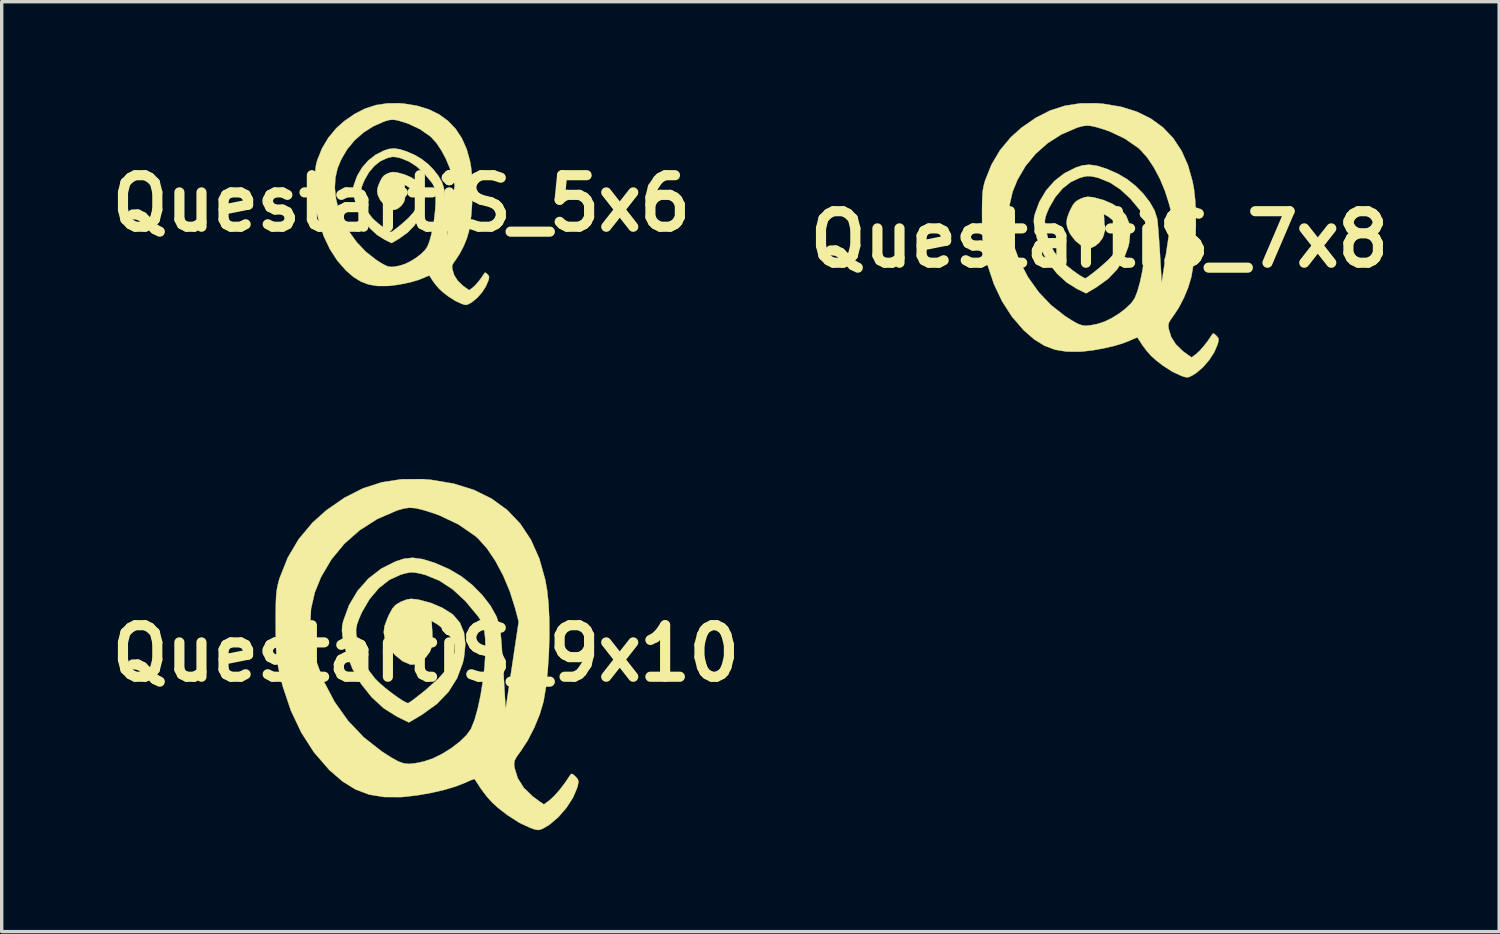
<source format=kicad_pcb>
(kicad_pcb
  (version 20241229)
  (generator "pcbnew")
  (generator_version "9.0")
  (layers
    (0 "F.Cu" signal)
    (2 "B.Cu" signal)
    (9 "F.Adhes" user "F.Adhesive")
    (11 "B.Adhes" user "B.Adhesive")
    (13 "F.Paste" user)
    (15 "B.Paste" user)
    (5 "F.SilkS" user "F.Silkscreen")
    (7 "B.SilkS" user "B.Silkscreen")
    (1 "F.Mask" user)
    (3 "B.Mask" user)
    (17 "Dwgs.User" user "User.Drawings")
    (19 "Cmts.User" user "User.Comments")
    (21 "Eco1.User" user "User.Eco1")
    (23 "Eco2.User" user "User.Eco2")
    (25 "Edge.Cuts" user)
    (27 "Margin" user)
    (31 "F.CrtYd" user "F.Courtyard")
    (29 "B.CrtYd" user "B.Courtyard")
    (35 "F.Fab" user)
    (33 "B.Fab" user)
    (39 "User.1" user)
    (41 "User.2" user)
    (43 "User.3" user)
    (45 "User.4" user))
  (footprint "QuestartiS_7x8"
    (layer "F.Cu")
    (at 29.474 4.033)
    (property "Reference" "QuestartiS_7x8" (at 0 0 0) (layer "F.SilkS") (effects (font (size 1.524 1.524) (thickness 0.3))))
    (attr through_hole)
    (fp_circle (center -0.4 -0.5) (end -0.3 -0.5) (stroke (width 0.15) (type solid)) (fill no) (layer "F.SilkS"))
    (fp_poly (pts (xy 0.117 -4.012) (xy 0.638 -3.925) (xy 1.105 -3.78) (xy 1.518 -3.577) (xy 1.876 -3.317) (xy 2.18 -2.999) (xy 2.428 -2.624) (xy 2.62 -2.193) (xy 2.757 -1.706) (xy 2.8 -1.468) (xy 2.833 -1.159) (xy 2.851 -0.795) (xy 2.853 -0.398) (xy 2.841 0.01) (xy 2.814 0.408) (xy 2.775 0.773) (xy 2.723 1.085) (xy 2.715 1.122) (xy 2.629 1.412) (xy 2.501 1.722) (xy 2.348 2.018) (xy 2.187 2.262) (xy 2.099 2.384) (xy 2.052 2.47) (xy 2.038 2.547) (xy 2.047 2.638) (xy 2.047 2.639) (xy 2.121 2.882) (xy 2.26 3.103) (xy 2.472 3.308) (xy 2.604 3.405) (xy 2.727 3.49) (xy 2.857 3.394) (xy 2.962 3.298) (xy 3.087 3.156) (xy 3.215 2.99) (xy 3.32 2.833) (xy 3.356 2.785) (xy 3.392 2.789) (xy 3.456 2.846) (xy 3.51 2.907) (xy 3.526 2.966) (xy 3.51 3.056) (xy 3.496 3.104) (xy 3.398 3.335) (xy 3.246 3.569) (xy 3.06 3.784) (xy 2.857 3.956) (xy 2.745 4.025) (xy 2.657 4.068) (xy 2.592 4.082) (xy 2.516 4.067) (xy 2.415 4.032) (xy 2.161 3.915) (xy 1.881 3.735) (xy 1.666 3.568) (xy 1.529 3.444) (xy 1.404 3.304) (xy 1.274 3.13) (xy 1.125 2.903) (xy 1.125 2.903) (xy 1.088 2.911) (xy 0.999 2.947) (xy 0.892 2.995) (xy 0.683 3.077) (xy 0.418 3.155) (xy 0.119 3.223) (xy -0.19 3.278) (xy -0.487 3.314) (xy -0.575 3.32) (xy -0.965 3.319) (xy -1.311 3.262) (xy -1.626 3.144) (xy -1.926 2.959) (xy -2.224 2.701) (xy -2.245 2.68) (xy -2.587 2.286) (xy -2.879 1.832) (xy -3.121 1.322) (xy -3.309 0.76) (xy -3.38 0.476) (xy -3.414 0.31) (xy -3.439 0.157) (xy -3.456 -0.002) (xy -3.466 -0.185) (xy -3.471 -0.412) (xy -3.472 -0.623) (xy -2.678 -0.623) (xy -2.635 -0.203) (xy -2.563 0.099) (xy -2.368 0.629) (xy -2.113 1.116) (xy -1.801 1.554) (xy -1.437 1.938) (xy -1.025 2.262) (xy -0.982 2.29) (xy -0.79 2.412) (xy -0.642 2.494) (xy -0.518 2.539) (xy -0.396 2.553) (xy -0.257 2.539) (xy -0.079 2.504) (xy -0.045 2.496) (xy 0.157 2.429) (xy 0.376 2.321) (xy 0.592 2.185) (xy 0.788 2.034) (xy 0.945 1.88) (xy 1.043 1.74) (xy 1.125 1.532) (xy 1.2 1.264) (xy 1.266 0.955) (xy 1.319 0.624) (xy 1.356 0.291) (xy 1.375 -0.025) (xy 1.372 -0.305) (xy 1.368 -0.367) (xy 1.349 -0.536) (xy 1.321 -0.657) (xy 1.273 -0.758) (xy 1.201 -0.863) (xy 0.912 -1.211) (xy 0.617 -1.482) (xy 0.312 -1.682) (xy -0.009 -1.813) (xy -0.111 -1.841) (xy -0.25 -1.868) (xy -0.358 -1.873) (xy -0.474 -1.852) (xy -0.583 -1.82) (xy -0.846 -1.699) (xy -1.089 -1.508) (xy -1.303 -1.255) (xy -1.482 -0.947) (xy -1.549 -0.794) (xy -1.595 -0.666) (xy -1.614 -0.562) (xy -1.611 -0.447) (xy -1.591 -0.308) (xy -1.5 0.047) (xy -1.348 0.356) (xy -1.174 0.584) (xy -1.075 0.682) (xy -0.946 0.793) (xy -0.802 0.907) (xy -0.659 1.011) (xy -0.535 1.093) (xy -0.443 1.141) (xy -0.411 1.149) (xy -0.369 1.125) (xy -0.279 1.059) (xy -0.154 0.963) (xy -0.007 0.845) (xy -0.003 0.842) (xy 0.275 0.595) (xy 0.478 0.368) (xy 0.609 0.159) (xy 0.668 -0.036) (xy 0.658 -0.218) (xy 0.658 -0.219) (xy 0.607 -0.325) (xy 0.51 -0.452) (xy 0.389 -0.576) (xy 0.266 -0.672) (xy 0.248 -0.683) (xy 0.131 -0.751) (xy 0.147 -0.465) (xy 0.151 -0.287) (xy 0.136 -0.159) (xy 0.099 -0.055) (xy 0.092 -0.04) (xy -0.003 0.091) (xy -0.126 0.194) (xy -0.255 0.254) (xy -0.356 0.258) (xy -0.54 0.179) (xy -0.712 0.039) (xy -0.854 -0.143) (xy -0.885 -0.199) (xy -0.951 -0.352) (xy -0.975 -0.489) (xy -0.956 -0.633) (xy -0.893 -0.807) (xy -0.846 -0.907) (xy -0.772 -1.041) (xy -0.694 -1.126) (xy -0.586 -1.19) (xy -0.562 -1.201) (xy -0.446 -1.246) (xy -0.347 -1.262) (xy -0.227 -1.251) (xy -0.149 -1.238) (xy 0.12 -1.165) (xy 0.378 -1.055) (xy 0.595 -0.92) (xy 0.631 -0.891) (xy 0.786 -0.709) (xy 0.88 -0.481) (xy 0.911 -0.21) (xy 0.88 0.097) (xy 0.852 0.217) (xy 0.721 0.572) (xy 0.521 0.889) (xy 0.252 1.169) (xy -0.088 1.413) (xy -0.107 1.425) (xy -0.393 1.594) (xy -0.663 1.463) (xy -0.972 1.27) (xy -1.253 1.013) (xy -1.499 0.703) (xy -1.698 0.354) (xy -1.844 -0.023) (xy -1.895 -0.226) (xy -1.928 -0.404) (xy -1.941 -0.533) (xy -1.934 -0.64) (xy -1.913 -0.742) (xy -1.778 -1.112) (xy -1.581 -1.444) (xy -1.33 -1.729) (xy -1.032 -1.961) (xy -0.694 -2.129) (xy -0.504 -2.19) (xy -0.306 -2.211) (xy -0.071 -2.179) (xy 0.208 -2.091) (xy 0.536 -1.947) (xy 0.552 -1.939) (xy 0.82 -1.781) (xy 1.074 -1.579) (xy 1.301 -1.349) (xy 1.49 -1.104) (xy 1.63 -0.857) (xy 1.707 -0.622) (xy 1.71 -0.602) (xy 1.722 -0.507) (xy 1.736 -0.347) (xy 1.753 -0.138) (xy 1.77 0.105) (xy 1.787 0.367) (xy 1.791 0.434) (xy 1.842 1.284) (xy 1.993 0.275) (xy 2.144 -0.734) (xy 2.061 -1.049) (xy 1.94 -1.431) (xy 1.787 -1.797) (xy 1.609 -2.132) (xy 1.415 -2.421) (xy 1.212 -2.65) (xy 1.14 -2.714) (xy 0.746 -2.985) (xy 0.303 -3.195) (xy 0.129 -3.256) (xy -0.083 -3.32) (xy -0.244 -3.357) (xy -0.375 -3.367) (xy -0.498 -3.352) (xy -0.637 -3.314) (xy -0.679 -3.299) (xy -1.126 -3.106) (xy -1.53 -2.849) (xy -1.885 -2.535) (xy -2.186 -2.171) (xy -2.426 -1.762) (xy -2.569 -1.41) (xy -2.656 -1.031) (xy -2.678 -0.623) (xy -3.472 -0.623) (xy -3.473 -0.695) (xy -3.472 -0.966) (xy -3.468 -1.174) (xy -3.461 -1.334) (xy -3.448 -1.461) (xy -3.428 -1.57) (xy -3.401 -1.677) (xy -3.38 -1.746) (xy -3.193 -2.214) (xy -2.94 -2.641) (xy -2.622 -3.022) (xy -2.303 -3.307) (xy -1.882 -3.599) (xy -1.458 -3.814) (xy -1.021 -3.955) (xy -0.563 -4.026) (xy -0.073 -4.028) (xy 0.117 -4.012)) (stroke (width 0.01) (type solid)) (fill yes) (layer "F.SilkS")))
  (footprint "QuestartiS_5x6"
    (layer "F.Cu")
    (at 8.825 2.968)
    (property "Reference" "QuestartiS_5x6" (at 0 0 0) (layer "F.SilkS") (effects (font (size 1.524 1.524) (thickness 0.3))))
    (attr through_hole)
    (fp_circle (center -0.2 -0.3) (end -0.1 -0.3) (stroke (width 0.15) (type solid)) (fill no) (layer "F.SilkS"))
    (fp_poly (pts (xy 0.086 -2.951) (xy 0.469 -2.888) (xy 0.813 -2.781) (xy 1.117 -2.632) (xy 1.38 -2.44) (xy 1.604 -2.206) (xy 1.786 -1.93) (xy 1.928 -1.613) (xy 2.028 -1.255) (xy 2.059 -1.08) (xy 2.084 -0.853) (xy 2.097 -0.585) (xy 2.099 -0.293) (xy 2.09 0.007) (xy 2.07 0.3) (xy 2.041 0.569) (xy 2.003 0.798) (xy 1.997 0.825) (xy 1.934 1.039) (xy 1.84 1.267) (xy 1.727 1.484) (xy 1.609 1.664) (xy 1.544 1.754) (xy 1.51 1.817) (xy 1.499 1.873) (xy 1.506 1.941) (xy 1.506 1.941) (xy 1.56 2.12) (xy 1.663 2.283) (xy 1.818 2.433) (xy 1.915 2.505) (xy 2.006 2.567) (xy 2.102 2.496) (xy 2.179 2.426) (xy 2.271 2.322) (xy 2.365 2.2) (xy 2.442 2.084) (xy 2.469 2.049) (xy 2.496 2.052) (xy 2.542 2.093) (xy 2.582 2.138) (xy 2.594 2.182) (xy 2.582 2.248) (xy 2.572 2.283) (xy 2.499 2.453) (xy 2.388 2.626) (xy 2.251 2.784) (xy 2.102 2.91) (xy 2.019 2.961) (xy 1.954 2.992) (xy 1.907 3.003) (xy 1.851 2.992) (xy 1.776 2.966) (xy 1.59 2.88) (xy 1.384 2.748) (xy 1.225 2.625) (xy 1.125 2.533) (xy 1.033 2.431) (xy 0.937 2.303) (xy 0.828 2.136) (xy 0.828 2.136) (xy 0.8 2.142) (xy 0.735 2.168) (xy 0.656 2.203) (xy 0.502 2.263) (xy 0.307 2.321) (xy 0.088 2.371) (xy -0.14 2.411) (xy -0.358 2.438) (xy -0.423 2.442) (xy -0.71 2.442) (xy -0.964 2.4) (xy -1.196 2.313) (xy -1.417 2.176) (xy -1.636 1.987) (xy -1.652 1.971) (xy -1.903 1.682) (xy -2.118 1.348) (xy -2.296 0.973) (xy -2.435 0.559) (xy -2.486 0.35) (xy -2.512 0.228) (xy -2.53 0.115) (xy -2.542 -0.002) (xy -2.55 -0.136) (xy -2.554 -0.303) (xy -2.554 -0.458) (xy -1.97 -0.458) (xy -1.938 -0.149) (xy -1.885 0.073) (xy -1.742 0.463) (xy -1.555 0.821) (xy -1.325 1.143) (xy -1.057 1.426) (xy -0.754 1.664) (xy -0.723 1.685) (xy -0.581 1.775) (xy -0.472 1.834) (xy -0.381 1.868) (xy -0.292 1.878) (xy -0.189 1.868) (xy -0.058 1.842) (xy -0.033 1.836) (xy 0.116 1.787) (xy 0.276 1.708) (xy 0.436 1.607) (xy 0.58 1.496) (xy 0.695 1.383) (xy 0.767 1.28) (xy 0.828 1.127) (xy 0.883 0.93) (xy 0.931 0.702) (xy 0.97 0.459) (xy 0.997 0.214) (xy 1.011 -0.018) (xy 1.009 -0.224) (xy 1.006 -0.27) (xy 0.992 -0.394) (xy 0.971 -0.483) (xy 0.936 -0.557) (xy 0.883 -0.635) (xy 0.671 -0.89) (xy 0.454 -1.091) (xy 0.229 -1.237) (xy -0.006 -1.334) (xy -0.082 -1.354) (xy -0.184 -1.374) (xy -0.264 -1.378) (xy -0.349 -1.362) (xy -0.429 -1.339) (xy -0.623 -1.25) (xy -0.801 -1.109) (xy -0.959 -0.923) (xy -1.09 -0.697) (xy -1.139 -0.584) (xy -1.173 -0.49) (xy -1.188 -0.413) (xy -1.185 -0.329) (xy -1.17 -0.227) (xy -1.103 0.034) (xy -0.992 0.262) (xy -0.864 0.43) (xy -0.791 0.501) (xy -0.696 0.583) (xy -0.59 0.667) (xy -0.485 0.743) (xy -0.393 0.804) (xy -0.326 0.839) (xy -0.303 0.845) (xy -0.271 0.827) (xy -0.205 0.779) (xy -0.113 0.708) (xy -0.005 0.622) (xy -0.002 0.619) (xy 0.202 0.437) (xy 0.352 0.271) (xy 0.448 0.117) (xy 0.492 -0.026) (xy 0.484 -0.16) (xy 0.484 -0.161) (xy 0.446 -0.239) (xy 0.375 -0.333) (xy 0.286 -0.424) (xy 0.195 -0.495) (xy 0.182 -0.503) (xy 0.096 -0.553) (xy 0.108 -0.342) (xy 0.111 -0.211) (xy 0.1 -0.117) (xy 0.073 -0.04) (xy 0.068 -0.03) (xy -0.002 0.067) (xy -0.093 0.143) (xy -0.188 0.187) (xy -0.262 0.19) (xy -0.397 0.132) (xy -0.524 0.029) (xy -0.628 -0.105) (xy -0.651 -0.146) (xy -0.7 -0.259) (xy -0.717 -0.36) (xy -0.703 -0.465) (xy -0.657 -0.593) (xy -0.622 -0.668) (xy -0.568 -0.766) (xy -0.511 -0.829) (xy -0.431 -0.875) (xy -0.414 -0.883) (xy -0.328 -0.916) (xy -0.255 -0.928) (xy -0.167 -0.921) (xy -0.109 -0.911) (xy 0.088 -0.857) (xy 0.278 -0.776) (xy 0.438 -0.677) (xy 0.464 -0.655) (xy 0.578 -0.522) (xy 0.647 -0.354) (xy 0.67 -0.155) (xy 0.647 0.071) (xy 0.627 0.16) (xy 0.53 0.421) (xy 0.383 0.654) (xy 0.185 0.86) (xy -0.064 1.039) (xy -0.079 1.048) (xy -0.289 1.173) (xy -0.488 1.076) (xy -0.715 0.934) (xy -0.922 0.745) (xy -1.102 0.517) (xy -1.249 0.26) (xy -1.356 -0.017) (xy -1.394 -0.167) (xy -1.418 -0.297) (xy -1.428 -0.392) (xy -1.423 -0.471) (xy -1.407 -0.546) (xy -1.308 -0.818) (xy -1.163 -1.062) (xy -0.978 -1.272) (xy -0.759 -1.442) (xy -0.511 -1.566) (xy -0.371 -1.611) (xy -0.225 -1.627) (xy -0.052 -1.603) (xy 0.153 -1.538) (xy 0.394 -1.433) (xy 0.406 -1.427) (xy 0.603 -1.31) (xy 0.79 -1.162) (xy 0.957 -0.992) (xy 1.096 -0.812) (xy 1.199 -0.63) (xy 1.256 -0.458) (xy 1.258 -0.443) (xy 1.267 -0.373) (xy 1.277 -0.255) (xy 1.29 -0.102) (xy 1.302 0.077) (xy 1.315 0.27) (xy 1.318 0.319) (xy 1.355 0.945) (xy 1.577 -0.54) (xy 1.516 -0.772) (xy 1.427 -1.053) (xy 1.314 -1.322) (xy 1.183 -1.568) (xy 1.041 -1.781) (xy 0.891 -1.949) (xy 0.838 -1.996) (xy 0.549 -2.196) (xy 0.223 -2.35) (xy 0.095 -2.395) (xy -0.061 -2.442) (xy -0.179 -2.469) (xy -0.276 -2.477) (xy -0.367 -2.466) (xy -0.468 -2.438) (xy -0.5 -2.427) (xy -0.828 -2.285) (xy -1.125 -2.096) (xy -1.387 -1.865) (xy -1.608 -1.597) (xy -1.784 -1.296) (xy -1.89 -1.037) (xy -1.954 -0.758) (xy -1.97 -0.458) (xy -2.554 -0.458) (xy -2.555 -0.511) (xy -2.554 -0.711) (xy -2.551 -0.864) (xy -2.546 -0.981) (xy -2.536 -1.074) (xy -2.522 -1.155) (xy -2.502 -1.234) (xy -2.486 -1.285) (xy -2.349 -1.629) (xy -2.162 -1.943) (xy -1.929 -2.223) (xy -1.694 -2.433) (xy -1.385 -2.647) (xy -1.073 -2.806) (xy -0.751 -2.91) (xy -0.414 -2.961) (xy -0.053 -2.963) (xy 0.086 -2.951)) (stroke (width 0.01) (type solid)) (fill yes) (layer "F.SilkS")))
  (footprint "QuestartiS_9x10"
    (layer "F.Cu")
    (at 9.55 16.28)
    (property "Reference" "QuestartiS_9x10" (at 0 0 0) (layer "F.SilkS") (effects (font (size 1.524 1.524) (thickness 0.3))))
    (attr through_hole)
    (fp_circle (center -0.4 -0.3) (end -0.3 -0.3) (stroke (width 0.15) (type solid)) (fill no) (layer "F.SilkS"))
    (fp_poly (pts (xy 0.15 -5.136) (xy 0.816 -5.025) (xy 1.414 -4.839) (xy 1.943 -4.579) (xy 2.402 -4.245) (xy 2.79 -3.839) (xy 3.108 -3.359) (xy 3.354 -2.807) (xy 3.528 -2.184) (xy 3.583 -1.88) (xy 3.626 -1.484) (xy 3.649 -1.018) (xy 3.652 -0.51) (xy 3.636 0.013) (xy 3.602 0.522) (xy 3.552 0.99) (xy 3.485 1.389) (xy 3.475 1.436) (xy 3.365 1.808) (xy 3.202 2.204) (xy 3.006 2.583) (xy 2.8 2.896) (xy 2.687 3.052) (xy 2.627 3.162) (xy 2.609 3.26) (xy 2.62 3.377) (xy 2.62 3.378) (xy 2.715 3.689) (xy 2.893 3.972) (xy 3.164 4.234) (xy 3.333 4.359) (xy 3.49 4.467) (xy 3.657 4.344) (xy 3.791 4.221) (xy 3.952 4.04) (xy 4.115 3.827) (xy 4.25 3.626) (xy 4.295 3.565) (xy 4.342 3.57) (xy 4.424 3.642) (xy 4.493 3.72) (xy 4.514 3.796) (xy 4.492 3.911) (xy 4.475 3.973) (xy 4.349 4.269) (xy 4.155 4.569) (xy 3.916 4.844) (xy 3.657 5.064) (xy 3.514 5.152) (xy 3.401 5.207) (xy 3.317 5.224) (xy 3.22 5.206) (xy 3.091 5.162) (xy 2.766 5.011) (xy 2.408 4.781) (xy 2.132 4.567) (xy 1.958 4.408) (xy 1.797 4.229) (xy 1.631 4.007) (xy 1.44 3.716) (xy 1.44 3.716) (xy 1.392 3.726) (xy 1.279 3.772) (xy 1.141 3.834) (xy 0.874 3.938) (xy 0.535 4.038) (xy 0.152 4.126) (xy -0.243 4.196) (xy -0.623 4.241) (xy -0.737 4.25) (xy -1.236 4.248) (xy -1.678 4.176) (xy -2.081 4.024) (xy -2.465 3.787) (xy -2.847 3.458) (xy -2.874 3.43) (xy -3.311 2.926) (xy -3.685 2.345) (xy -3.994 1.692) (xy -4.236 0.973) (xy -4.326 0.61) (xy -4.37 0.397) (xy -4.402 0.201) (xy -4.424 -0.003) (xy -4.437 -0.237) (xy -4.443 -0.527) (xy -4.444 -0.797) (xy -3.427 -0.797) (xy -3.372 -0.26) (xy -3.281 0.127) (xy -3.032 0.805) (xy -2.705 1.428) (xy -2.306 1.989) (xy -1.84 2.481) (xy -1.311 2.896) (xy -1.257 2.931) (xy -1.011 3.088) (xy -0.822 3.192) (xy -0.663 3.25) (xy -0.507 3.268) (xy -0.329 3.251) (xy -0.101 3.205) (xy -0.057 3.195) (xy 0.201 3.109) (xy 0.481 2.971) (xy 0.758 2.797) (xy 1.009 2.603) (xy 1.21 2.407) (xy 1.335 2.227) (xy 1.44 1.961) (xy 1.536 1.618) (xy 1.62 1.222) (xy 1.688 0.799) (xy 1.736 0.373) (xy 1.76 -0.032) (xy 1.756 -0.39) (xy 1.751 -0.469) (xy 1.726 -0.686) (xy 1.69 -0.84) (xy 1.629 -0.97) (xy 1.537 -1.104) (xy 1.167 -1.549) (xy 0.79 -1.897) (xy 0.399 -2.153) (xy -0.011 -2.321) (xy -0.142 -2.356) (xy -0.32 -2.392) (xy -0.459 -2.397) (xy -0.607 -2.37) (xy -0.747 -2.33) (xy -1.083 -2.175) (xy -1.394 -1.93) (xy -1.668 -1.606) (xy -1.897 -1.212) (xy -1.982 -1.016) (xy -2.041 -0.852) (xy -2.066 -0.719) (xy -2.062 -0.573) (xy -2.036 -0.394) (xy -1.92 0.06) (xy -1.726 0.456) (xy -1.503 0.747) (xy -1.377 0.872) (xy -1.211 1.015) (xy -1.026 1.161) (xy -0.844 1.294) (xy -0.684 1.399) (xy -0.568 1.461) (xy -0.527 1.471) (xy -0.472 1.439) (xy -0.357 1.356) (xy -0.197 1.232) (xy -0.009 1.082) (xy -0.004 1.077) (xy 0.352 0.761) (xy 0.612 0.471) (xy 0.779 0.203) (xy 0.855 -0.046) (xy 0.843 -0.279) (xy 0.843 -0.28) (xy 0.776 -0.416) (xy 0.653 -0.579) (xy 0.498 -0.737) (xy 0.34 -0.861) (xy 0.317 -0.875) (xy 0.168 -0.962) (xy 0.189 -0.595) (xy 0.194 -0.367) (xy 0.175 -0.204) (xy 0.127 -0.07) (xy 0.117 -0.052) (xy -0.004 0.117) (xy -0.162 0.249) (xy -0.327 0.325) (xy -0.456 0.331) (xy -0.691 0.229) (xy -0.912 0.05) (xy -1.093 -0.183) (xy -1.133 -0.254) (xy -1.217 -0.451) (xy -1.248 -0.626) (xy -1.224 -0.81) (xy -1.142 -1.032) (xy -1.083 -1.161) (xy -0.989 -1.333) (xy -0.889 -1.442) (xy -0.75 -1.523) (xy -0.72 -1.537) (xy -0.571 -1.594) (xy -0.444 -1.615) (xy -0.291 -1.602) (xy -0.19 -1.584) (xy 0.153 -1.492) (xy 0.484 -1.35) (xy 0.761 -1.177) (xy 0.807 -1.141) (xy 1.006 -0.908) (xy 1.126 -0.615) (xy 1.166 -0.269) (xy 1.126 0.124) (xy 1.091 0.278) (xy 0.922 0.732) (xy 0.667 1.138) (xy 0.322 1.496) (xy -0.112 1.808) (xy -0.137 1.824) (xy -0.503 2.041) (xy -0.849 1.872) (xy -1.244 1.626) (xy -1.604 1.296) (xy -1.918 0.9) (xy -2.174 0.453) (xy -2.36 -0.03) (xy -2.426 -0.29) (xy -2.468 -0.517) (xy -2.484 -0.682) (xy -2.476 -0.819) (xy -2.448 -0.95) (xy -2.276 -1.424) (xy -2.024 -1.848) (xy -1.702 -2.214) (xy -1.321 -2.509) (xy -0.889 -2.725) (xy -0.645 -2.803) (xy -0.392 -2.83) (xy -0.091 -2.789) (xy 0.266 -2.677) (xy 0.686 -2.493) (xy 0.707 -2.482) (xy 1.05 -2.279) (xy 1.375 -2.021) (xy 1.666 -1.727) (xy 1.908 -1.413) (xy 2.086 -1.097) (xy 2.185 -0.796) (xy 2.189 -0.771) (xy 2.204 -0.649) (xy 2.223 -0.444) (xy 2.244 -0.177) (xy 2.266 0.134) (xy 2.288 0.47) (xy 2.293 0.555) (xy 2.358 1.644) (xy 2.551 0.352) (xy 2.744 -0.94) (xy 2.638 -1.343) (xy 2.483 -1.832) (xy 2.287 -2.3) (xy 2.059 -2.729) (xy 1.811 -3.099) (xy 1.551 -3.392) (xy 1.459 -3.474) (xy 0.954 -3.821) (xy 0.388 -4.089) (xy 0.165 -4.167) (xy -0.107 -4.25) (xy -0.312 -4.297) (xy -0.48 -4.31) (xy -0.638 -4.291) (xy -0.815 -4.241) (xy -0.869 -4.223) (xy -1.441 -3.975) (xy -1.958 -3.646) (xy -2.413 -3.245) (xy -2.798 -2.779) (xy -3.105 -2.255) (xy -3.288 -1.804) (xy -3.399 -1.319) (xy -3.427 -0.797) (xy -4.444 -0.797) (xy -4.445 -0.889) (xy -4.444 -1.237) (xy -4.439 -1.503) (xy -4.43 -1.708) (xy -4.413 -1.87) (xy -4.388 -2.009) (xy -4.353 -2.146) (xy -4.326 -2.235) (xy -4.087 -2.834) (xy -3.763 -3.381) (xy -3.356 -3.868) (xy -2.948 -4.233) (xy -2.409 -4.606) (xy -1.866 -4.882) (xy -1.307 -5.063) (xy -0.72 -5.153) (xy -0.093 -5.156) (xy 0.15 -5.136)) (stroke (width 0.01) (type solid)) (fill yes) (layer "F.SilkS")))
  (gr_rect
    (start -3 -3)
    (end 41.299 24.51)
    (stroke (width 0.1) (type default))
    (fill no)
    (layer "Edge.Cuts")))
</source>
